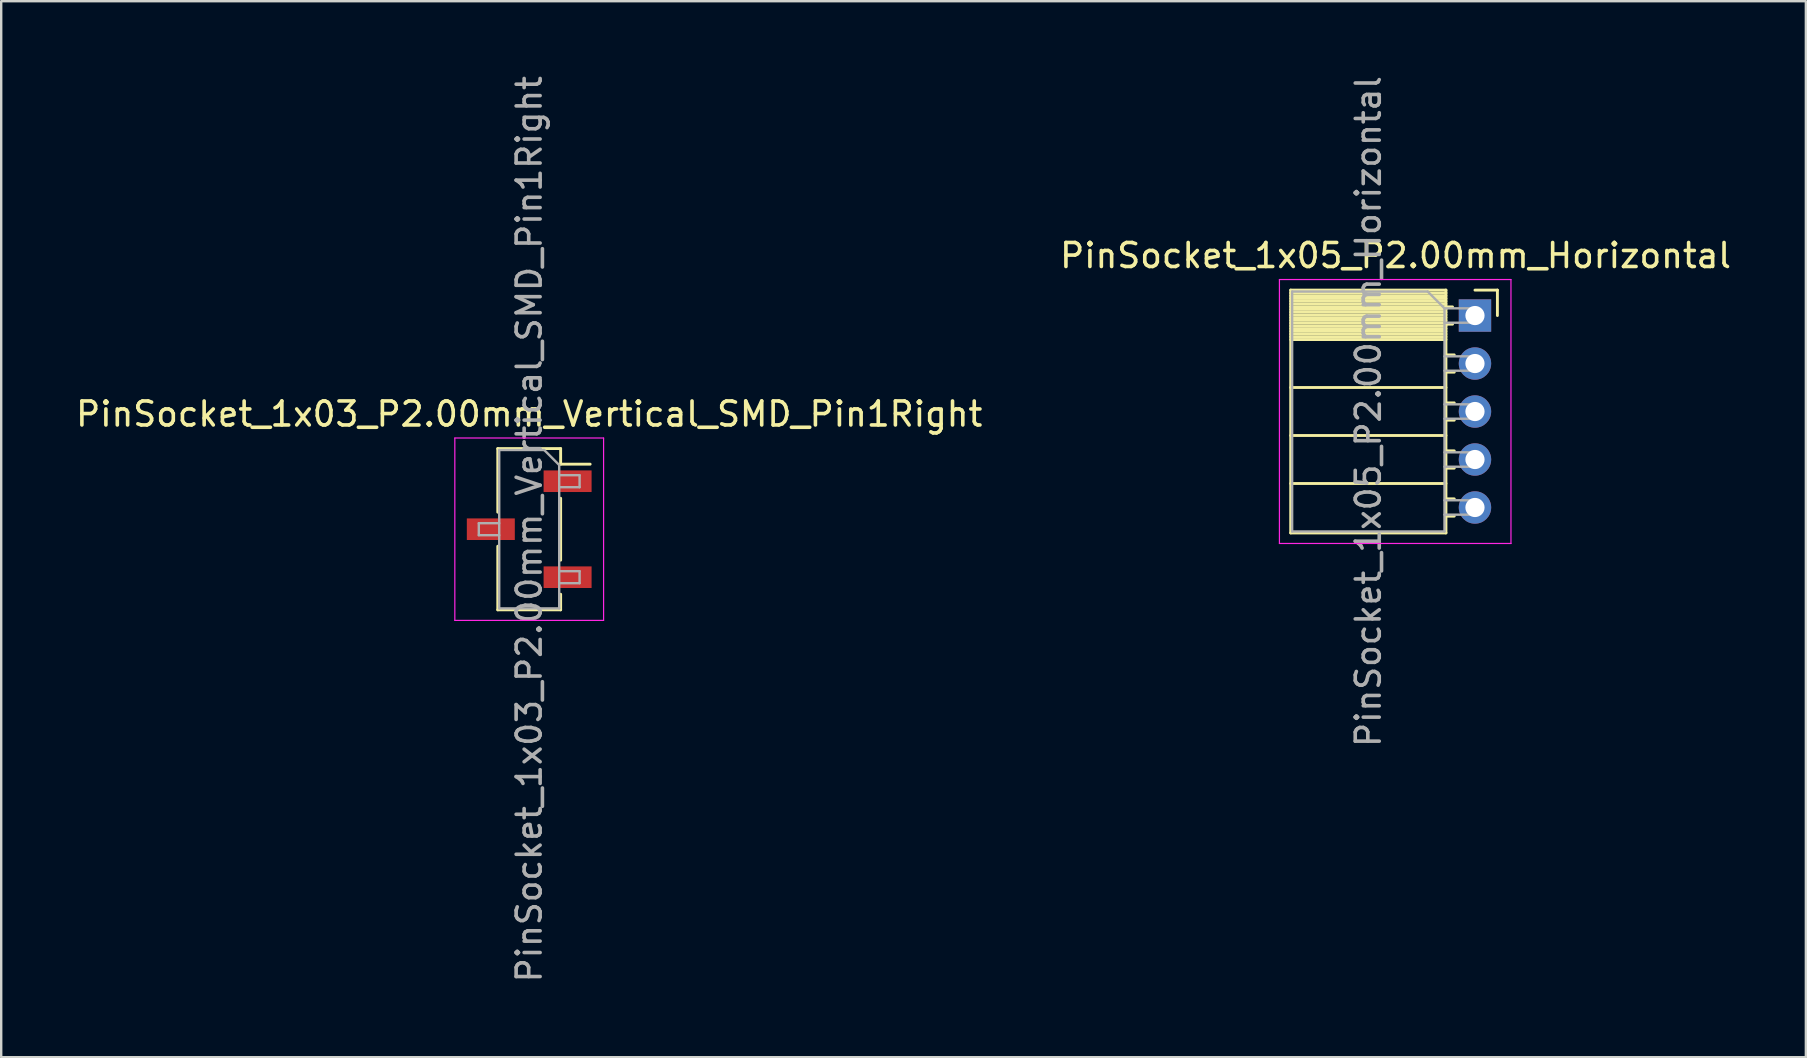
<source format=kicad_pcb>
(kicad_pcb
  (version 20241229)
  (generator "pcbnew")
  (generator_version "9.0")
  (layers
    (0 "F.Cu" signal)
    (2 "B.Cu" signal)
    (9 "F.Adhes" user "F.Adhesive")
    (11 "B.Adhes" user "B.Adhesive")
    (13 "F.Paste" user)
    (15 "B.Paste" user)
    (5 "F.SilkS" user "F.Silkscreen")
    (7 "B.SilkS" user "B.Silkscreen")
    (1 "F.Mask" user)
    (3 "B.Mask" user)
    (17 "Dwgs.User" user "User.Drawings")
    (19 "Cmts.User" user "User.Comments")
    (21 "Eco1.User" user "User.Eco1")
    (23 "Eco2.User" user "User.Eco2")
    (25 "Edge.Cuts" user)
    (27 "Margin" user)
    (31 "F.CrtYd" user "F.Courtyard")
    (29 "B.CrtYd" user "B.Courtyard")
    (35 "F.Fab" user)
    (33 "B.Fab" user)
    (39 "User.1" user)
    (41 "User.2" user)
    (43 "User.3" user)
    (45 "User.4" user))
  (footprint "PinSocket_1x05_P2.00mm_Horizontal"
    (layer "F.Cu")
    (at 58.423 10.101)
    (property "Reference" "PinSocket_1x05_P2.00mm_Horizontal" (at -3.31 -2.5 0) (layer "F.SilkS") (effects (font (size 1 1) (thickness 0.15))))
    (attr through_hole)
    (fp_line (start -7.68 -1.06) (end -7.68 9.06) (stroke (width 0.12) (type solid)) (layer "F.SilkS"))
    (fp_line (start -7.68 -1.06) (end -1.21 -1.06) (stroke (width 0.12) (type solid)) (layer "F.SilkS"))
    (fp_line (start -7.68 -0.94) (end -1.21 -0.94) (stroke (width 0.12) (type solid)) (layer "F.SilkS"))
    (fp_line (start -7.68 -0.826) (end -1.21 -0.826) (stroke (width 0.12) (type solid)) (layer "F.SilkS"))
    (fp_line (start -7.68 -0.712) (end -1.21 -0.712) (stroke (width 0.12) (type solid)) (layer "F.SilkS"))
    (fp_line (start -7.68 -0.598) (end -1.21 -0.598) (stroke (width 0.12) (type solid)) (layer "F.SilkS"))
    (fp_line (start -7.68 -0.484) (end -1.21 -0.484) (stroke (width 0.12) (type solid)) (layer "F.SilkS"))
    (fp_line (start -7.68 -0.369) (end -1.21 -0.369) (stroke (width 0.12) (type solid)) (layer "F.SilkS"))
    (fp_line (start -7.68 -0.255) (end -1.21 -0.255) (stroke (width 0.12) (type solid)) (layer "F.SilkS"))
    (fp_line (start -7.68 -0.141) (end -1.21 -0.141) (stroke (width 0.12) (type solid)) (layer "F.SilkS"))
    (fp_line (start -7.68 -0.027) (end -1.21 -0.027) (stroke (width 0.12) (type solid)) (layer "F.SilkS"))
    (fp_line (start -7.68 0.087) (end -1.21 0.087) (stroke (width 0.12) (type solid)) (layer "F.SilkS"))
    (fp_line (start -7.68 0.201) (end -1.21 0.201) (stroke (width 0.12) (type solid)) (layer "F.SilkS"))
    (fp_line (start -7.68 0.315) (end -1.21 0.315) (stroke (width 0.12) (type solid)) (layer "F.SilkS"))
    (fp_line (start -7.68 0.429) (end -1.21 0.429) (stroke (width 0.12) (type solid)) (layer "F.SilkS"))
    (fp_line (start -7.68 0.544) (end -1.21 0.544) (stroke (width 0.12) (type solid)) (layer "F.SilkS"))
    (fp_line (start -7.68 0.658) (end -1.21 0.658) (stroke (width 0.12) (type solid)) (layer "F.SilkS"))
    (fp_line (start -7.68 0.772) (end -1.21 0.772) (stroke (width 0.12) (type solid)) (layer "F.SilkS"))
    (fp_line (start -7.68 0.886) (end -1.21 0.886) (stroke (width 0.12) (type solid)) (layer "F.SilkS"))
    (fp_line (start -7.68 1) (end -1.21 1) (stroke (width 0.12) (type solid)) (layer "F.SilkS"))
    (fp_line (start -7.68 3) (end -1.21 3) (stroke (width 0.12) (type solid)) (layer "F.SilkS"))
    (fp_line (start -7.68 5) (end -1.21 5) (stroke (width 0.12) (type solid)) (layer "F.SilkS"))
    (fp_line (start -7.68 7) (end -1.21 7) (stroke (width 0.12) (type solid)) (layer "F.SilkS"))
    (fp_line (start -7.68 9.06) (end -1.21 9.06) (stroke (width 0.12) (type solid)) (layer "F.SilkS"))
    (fp_line (start -1.21 -1.06) (end -1.21 9.06) (stroke (width 0.12) (type solid)) (layer "F.SilkS"))
    (fp_line (start -1.21 -0.36) (end -0.935 -0.36) (stroke (width 0.12) (type solid)) (layer "F.SilkS"))
    (fp_line (start -1.21 0.36) (end -0.935 0.36) (stroke (width 0.12) (type solid)) (layer "F.SilkS"))
    (fp_line (start -1.21 1.64) (end -0.863 1.64) (stroke (width 0.12) (type solid)) (layer "F.SilkS"))
    (fp_line (start -1.21 2.36) (end -0.863 2.36) (stroke (width 0.12) (type solid)) (layer "F.SilkS"))
    (fp_line (start -1.21 3.64) (end -0.863 3.64) (stroke (width 0.12) (type solid)) (layer "F.SilkS"))
    (fp_line (start -1.21 4.36) (end -0.863 4.36) (stroke (width 0.12) (type solid)) (layer "F.SilkS"))
    (fp_line (start -1.21 5.64) (end -0.863 5.64) (stroke (width 0.12) (type solid)) (layer "F.SilkS"))
    (fp_line (start -1.21 6.36) (end -0.863 6.36) (stroke (width 0.12) (type solid)) (layer "F.SilkS"))
    (fp_line (start -1.21 7.64) (end -0.863 7.64) (stroke (width 0.12) (type solid)) (layer "F.SilkS"))
    (fp_line (start -1.21 8.36) (end -0.863 8.36) (stroke (width 0.12) (type solid)) (layer "F.SilkS"))
    (fp_line (start 0 -1.06) (end 0.935 -1.06) (stroke (width 0.12) (type solid)) (layer "F.SilkS"))
    (fp_line (start 0.935 -1.06) (end 0.935 0) (stroke (width 0.12) (type solid)) (layer "F.SilkS"))
    (fp_line (start -8.15 -1.5) (end -8.15 9.5) (stroke (width 0.05) (type solid)) (layer "F.CrtYd"))
    (fp_line (start -8.15 9.5) (end 1.5 9.5) (stroke (width 0.05) (type solid)) (layer "F.CrtYd"))
    (fp_line (start 1.5 -1.5) (end -8.15 -1.5) (stroke (width 0.05) (type solid)) (layer "F.CrtYd"))
    (fp_line (start 1.5 9.5) (end 1.5 -1.5) (stroke (width 0.05) (type solid)) (layer "F.CrtYd"))
    (fp_line (start -7.62 -1) (end -1.97 -1) (stroke (width 0.1) (type solid)) (layer "F.Fab"))
    (fp_line (start -7.62 9) (end -7.62 -1) (stroke (width 0.1) (type solid)) (layer "F.Fab"))
    (fp_line (start -1.97 -1) (end -1.27 -0.3) (stroke (width 0.1) (type solid)) (layer "F.Fab"))
    (fp_line (start -1.27 -0.3) (end -1.27 9) (stroke (width 0.1) (type solid)) (layer "F.Fab"))
    (fp_line (start -1.27 0.3) (end 0 0.3) (stroke (width 0.1) (type solid)) (layer "F.Fab"))
    (fp_line (start -1.27 2.3) (end 0 2.3) (stroke (width 0.1) (type solid)) (layer "F.Fab"))
    (fp_line (start -1.27 4.3) (end 0 4.3) (stroke (width 0.1) (type solid)) (layer "F.Fab"))
    (fp_line (start -1.27 6.3) (end 0 6.3) (stroke (width 0.1) (type solid)) (layer "F.Fab"))
    (fp_line (start -1.27 8.3) (end 0 8.3) (stroke (width 0.1) (type solid)) (layer "F.Fab"))
    (fp_line (start -1.27 9) (end -7.62 9) (stroke (width 0.1) (type solid)) (layer "F.Fab"))
    (fp_line (start 0 -0.3) (end -1.27 -0.3) (stroke (width 0.1) (type solid)) (layer "F.Fab"))
    (fp_line (start 0 0.3) (end 0 -0.3) (stroke (width 0.1) (type solid)) (layer "F.Fab"))
    (fp_line (start 0 1.7) (end -1.27 1.7) (stroke (width 0.1) (type solid)) (layer "F.Fab"))
    (fp_line (start 0 2.3) (end 0 1.7) (stroke (width 0.1) (type solid)) (layer "F.Fab"))
    (fp_line (start 0 3.7) (end -1.27 3.7) (stroke (width 0.1) (type solid)) (layer "F.Fab"))
    (fp_line (start 0 4.3) (end 0 3.7) (stroke (width 0.1) (type solid)) (layer "F.Fab"))
    (fp_line (start 0 5.7) (end -1.27 5.7) (stroke (width 0.1) (type solid)) (layer "F.Fab"))
    (fp_line (start 0 6.3) (end 0 5.7) (stroke (width 0.1) (type solid)) (layer "F.Fab"))
    (fp_line (start 0 7.7) (end -1.27 7.7) (stroke (width 0.1) (type solid)) (layer "F.Fab"))
    (fp_line (start 0 8.3) (end 0 7.7) (stroke (width 0.1) (type solid)) (layer "F.Fab"))
    (fp_text user "${REFERENCE}" (at -4.445 4 90) (layer "F.Fab") (effects (font (size 1 1) (thickness 0.15))))
    (pad "1" thru_hole rect (at 0 0) (size 1.35 1.35) (drill 0.8) (layers "*.Cu" "*.Mask"))
    (pad "2" thru_hole oval (at 0 2) (size 1.35 1.35) (drill 0.8) (layers "*.Cu" "*.Mask"))
    (pad "3" thru_hole oval (at 0 4) (size 1.35 1.35) (drill 0.8) (layers "*.Cu" "*.Mask"))
    (pad "4" thru_hole oval (at 0 6) (size 1.35 1.35) (drill 0.8) (layers "*.Cu" "*.Mask"))
    (pad "5" thru_hole oval (at 0 8) (size 1.35 1.35) (drill 0.8) (layers "*.Cu" "*.Mask")))
  (footprint "PinSocket_1x03_P2.00mm_Vertical_SMD_Pin1Right"
    (layer "F.Cu")
    (at 19.006 19.006)
    (property "Reference" "PinSocket_1x03_P2.00mm_Vertical_SMD_Pin1Right" (at 0 -4.8 0) (layer "F.SilkS") (effects (font (size 1 1) (thickness 0.15))))
    (attr smd)
    (fp_line (start -1.31 -3.36) (end -1.31 -0.71) (stroke (width 0.12) (type solid)) (layer "F.SilkS"))
    (fp_line (start -1.31 -3.36) (end 1.31 -3.36) (stroke (width 0.12) (type solid)) (layer "F.SilkS"))
    (fp_line (start -1.31 0.71) (end -1.31 3.36) (stroke (width 0.12) (type solid)) (layer "F.SilkS"))
    (fp_line (start -1.31 3.36) (end 1.31 3.36) (stroke (width 0.12) (type solid)) (layer "F.SilkS"))
    (fp_line (start 1.31 -3.36) (end 1.31 -2.71) (stroke (width 0.12) (type solid)) (layer "F.SilkS"))
    (fp_line (start 1.31 -2.71) (end 2.54 -2.71) (stroke (width 0.12) (type solid)) (layer "F.SilkS"))
    (fp_line (start 1.31 -1.29) (end 1.31 1.29) (stroke (width 0.12) (type solid)) (layer "F.SilkS"))
    (fp_line (start 1.31 2.71) (end 1.31 3.36) (stroke (width 0.12) (type solid)) (layer "F.SilkS"))
    (fp_line (start -3.1 -3.8) (end 3.1 -3.8) (stroke (width 0.05) (type solid)) (layer "F.CrtYd"))
    (fp_line (start -3.1 3.8) (end -3.1 -3.8) (stroke (width 0.05) (type solid)) (layer "F.CrtYd"))
    (fp_line (start 3.1 -3.8) (end 3.1 3.8) (stroke (width 0.05) (type solid)) (layer "F.CrtYd"))
    (fp_line (start 3.1 3.8) (end -3.1 3.8) (stroke (width 0.05) (type solid)) (layer "F.CrtYd"))
    (fp_line (start -2.1 -0.25) (end -1.25 -0.25) (stroke (width 0.1) (type solid)) (layer "F.Fab"))
    (fp_line (start -2.1 0.25) (end -2.1 -0.25) (stroke (width 0.1) (type solid)) (layer "F.Fab"))
    (fp_line (start -1.25 -3.3) (end 0.625 -3.3) (stroke (width 0.1) (type solid)) (layer "F.Fab"))
    (fp_line (start -1.25 0.25) (end -2.1 0.25) (stroke (width 0.1) (type solid)) (layer "F.Fab"))
    (fp_line (start -1.25 3.3) (end -1.25 -3.3) (stroke (width 0.1) (type solid)) (layer "F.Fab"))
    (fp_line (start 0.625 -3.3) (end 1.25 -2.675) (stroke (width 0.1) (type solid)) (layer "F.Fab"))
    (fp_line (start 1.25 -2.675) (end 1.25 3.3) (stroke (width 0.1) (type solid)) (layer "F.Fab"))
    (fp_line (start 1.25 -2.25) (end 2.1 -2.25) (stroke (width 0.1) (type solid)) (layer "F.Fab"))
    (fp_line (start 1.25 1.75) (end 2.1 1.75) (stroke (width 0.1) (type solid)) (layer "F.Fab"))
    (fp_line (start 1.25 3.3) (end -1.25 3.3) (stroke (width 0.1) (type solid)) (layer "F.Fab"))
    (fp_line (start 2.1 -2.25) (end 2.1 -1.75) (stroke (width 0.1) (type solid)) (layer "F.Fab"))
    (fp_line (start 2.1 -1.75) (end 1.25 -1.75) (stroke (width 0.1) (type solid)) (layer "F.Fab"))
    (fp_line (start 2.1 1.75) (end 2.1 2.25) (stroke (width 0.1) (type solid)) (layer "F.Fab"))
    (fp_line (start 2.1 2.25) (end 1.25 2.25) (stroke (width 0.1) (type solid)) (layer "F.Fab"))
    (fp_text user "${REFERENCE}" (at 0 0 90) (layer "F.Fab") (effects (font (size 1 1) (thickness 0.15))))
    (pad "1" smd rect (at 1.6 -2) (size 2 0.9) (layers "F.Cu" "F.Mask" "F.Paste"))
    (pad "2" smd rect (at -1.6 0) (size 2 0.9) (layers "F.Cu" "F.Mask" "F.Paste"))
    (pad "3" smd rect (at 1.6 2) (size 2 0.9) (layers "F.Cu" "F.Mask" "F.Paste")))
  (gr_rect
    (start -3 -3)
    (end 72.214 41.012)
    (stroke (width 0.1) (type default))
    (fill no)
    (layer "Edge.Cuts")))
</source>
